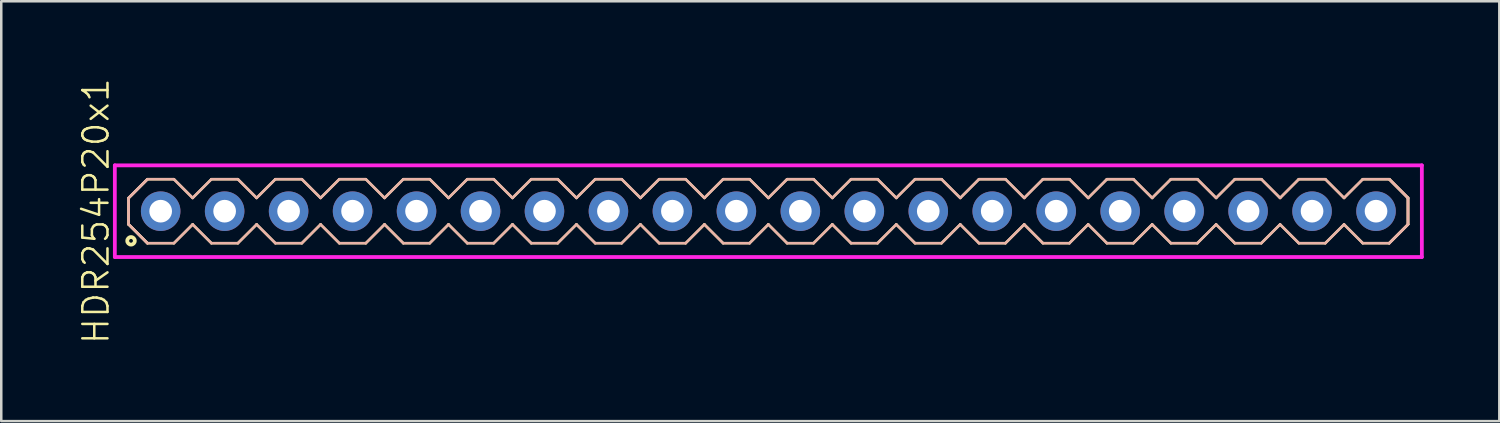
<source format=kicad_pcb>
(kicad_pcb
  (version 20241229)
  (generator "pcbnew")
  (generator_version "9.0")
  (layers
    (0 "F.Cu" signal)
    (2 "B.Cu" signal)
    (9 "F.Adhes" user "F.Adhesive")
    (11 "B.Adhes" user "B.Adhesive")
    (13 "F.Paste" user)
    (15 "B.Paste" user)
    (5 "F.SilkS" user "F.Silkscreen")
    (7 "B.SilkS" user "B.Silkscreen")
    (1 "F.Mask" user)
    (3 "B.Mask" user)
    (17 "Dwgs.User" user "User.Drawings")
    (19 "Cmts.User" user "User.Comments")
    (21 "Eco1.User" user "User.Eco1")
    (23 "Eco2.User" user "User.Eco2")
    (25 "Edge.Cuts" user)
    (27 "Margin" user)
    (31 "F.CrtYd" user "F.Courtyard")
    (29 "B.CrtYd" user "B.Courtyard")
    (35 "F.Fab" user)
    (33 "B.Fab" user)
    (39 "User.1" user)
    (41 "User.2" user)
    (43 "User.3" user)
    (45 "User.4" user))
  (footprint "HDR254P20x1"
    (layer "F.Cu")
    (at 27.46 5.336)
    (property "Reference" "HDR254P20x1" (at -26.7 0 90) (layer "F.SilkS") (effects (font (size 1 1) (thickness 0.1))))
    (attr through_hole)
    (fp_line (start -25.4 -0.526) (end -24.656 -1.27) (stroke (width 0.1) (type solid)) (layer "F.SilkS"))
    (fp_line (start -25.4 -0.526) (end -24.656 -1.27) (stroke (width 0.1) (type solid)) (layer "F.SilkS"))
    (fp_line (start -25.4 0.526) (end -25.4 -0.526) (stroke (width 0.1) (type solid)) (layer "F.SilkS"))
    (fp_line (start -25.4 0.526) (end -25.4 -0.526) (stroke (width 0.1) (type solid)) (layer "F.SilkS"))
    (fp_line (start -24.656 -1.27) (end -23.604 -1.27) (stroke (width 0.1) (type solid)) (layer "F.SilkS"))
    (fp_line (start -24.656 1.27) (end -25.4 0.526) (stroke (width 0.1) (type solid)) (layer "F.SilkS"))
    (fp_line (start -24.656 1.27) (end -25.4 0.526) (stroke (width 0.1) (type solid)) (layer "F.SilkS"))
    (fp_line (start -23.604 -1.27) (end -22.86 -0.526) (stroke (width 0.1) (type solid)) (layer "F.SilkS"))
    (fp_line (start -23.604 1.27) (end -24.656 1.27) (stroke (width 0.1) (type solid)) (layer "F.SilkS"))
    (fp_line (start -22.86 -0.526) (end -22.116 -1.27) (stroke (width 0.1) (type solid)) (layer "F.SilkS"))
    (fp_line (start -22.86 0.526) (end -23.604 1.27) (stroke (width 0.1) (type solid)) (layer "F.SilkS"))
    (fp_line (start -22.116 -1.27) (end -21.064 -1.27) (stroke (width 0.1) (type solid)) (layer "F.SilkS"))
    (fp_line (start -22.116 1.27) (end -22.86 0.526) (stroke (width 0.1) (type solid)) (layer "F.SilkS"))
    (fp_line (start -21.064 -1.27) (end -20.32 -0.526) (stroke (width 0.1) (type solid)) (layer "F.SilkS"))
    (fp_line (start -21.064 1.27) (end -22.116 1.27) (stroke (width 0.1) (type solid)) (layer "F.SilkS"))
    (fp_line (start -20.32 -0.526) (end -19.576 -1.27) (stroke (width 0.1) (type solid)) (layer "F.SilkS"))
    (fp_line (start -20.32 0.526) (end -21.064 1.27) (stroke (width 0.1) (type solid)) (layer "F.SilkS"))
    (fp_line (start -19.576 -1.27) (end -18.524 -1.27) (stroke (width 0.1) (type solid)) (layer "F.SilkS"))
    (fp_line (start -19.576 1.27) (end -20.32 0.526) (stroke (width 0.1) (type solid)) (layer "F.SilkS"))
    (fp_line (start -18.524 -1.27) (end -17.78 -0.526) (stroke (width 0.1) (type solid)) (layer "F.SilkS"))
    (fp_line (start -18.524 1.27) (end -19.576 1.27) (stroke (width 0.1) (type solid)) (layer "F.SilkS"))
    (fp_line (start -17.78 -0.526) (end -17.036 -1.27) (stroke (width 0.1) (type solid)) (layer "F.SilkS"))
    (fp_line (start -17.78 0.526) (end -18.524 1.27) (stroke (width 0.1) (type solid)) (layer "F.SilkS"))
    (fp_line (start -17.036 -1.27) (end -15.984 -1.27) (stroke (width 0.1) (type solid)) (layer "F.SilkS"))
    (fp_line (start -17.036 1.27) (end -17.78 0.526) (stroke (width 0.1) (type solid)) (layer "F.SilkS"))
    (fp_line (start -15.984 -1.27) (end -15.24 -0.526) (stroke (width 0.1) (type solid)) (layer "F.SilkS"))
    (fp_line (start -15.984 1.27) (end -17.036 1.27) (stroke (width 0.1) (type solid)) (layer "F.SilkS"))
    (fp_line (start -15.24 -0.526) (end -14.496 -1.27) (stroke (width 0.1) (type solid)) (layer "F.SilkS"))
    (fp_line (start -15.24 0.526) (end -15.984 1.27) (stroke (width 0.1) (type solid)) (layer "F.SilkS"))
    (fp_line (start -14.496 -1.27) (end -13.444 -1.27) (stroke (width 0.1) (type solid)) (layer "F.SilkS"))
    (fp_line (start -14.496 1.27) (end -15.24 0.526) (stroke (width 0.1) (type solid)) (layer "F.SilkS"))
    (fp_line (start -13.444 -1.27) (end -12.7 -0.526) (stroke (width 0.1) (type solid)) (layer "F.SilkS"))
    (fp_line (start -13.444 1.27) (end -14.496 1.27) (stroke (width 0.1) (type solid)) (layer "F.SilkS"))
    (fp_line (start -12.7 -0.526) (end -11.956 -1.27) (stroke (width 0.1) (type solid)) (layer "F.SilkS"))
    (fp_line (start -12.7 0.526) (end -13.444 1.27) (stroke (width 0.1) (type solid)) (layer "F.SilkS"))
    (fp_line (start -11.956 -1.27) (end -10.904 -1.27) (stroke (width 0.1) (type solid)) (layer "F.SilkS"))
    (fp_line (start -11.956 1.27) (end -12.7 0.526) (stroke (width 0.1) (type solid)) (layer "F.SilkS"))
    (fp_line (start -10.904 -1.27) (end -10.16 -0.526) (stroke (width 0.1) (type solid)) (layer "F.SilkS"))
    (fp_line (start -10.904 1.27) (end -11.956 1.27) (stroke (width 0.1) (type solid)) (layer "F.SilkS"))
    (fp_line (start -10.16 -0.526) (end -9.416 -1.27) (stroke (width 0.1) (type solid)) (layer "F.SilkS"))
    (fp_line (start -10.16 0.526) (end -10.904 1.27) (stroke (width 0.1) (type solid)) (layer "F.SilkS"))
    (fp_line (start -9.416 -1.27) (end -8.364 -1.27) (stroke (width 0.1) (type solid)) (layer "F.SilkS"))
    (fp_line (start -9.416 1.27) (end -10.16 0.526) (stroke (width 0.1) (type solid)) (layer "F.SilkS"))
    (fp_line (start -8.364 -1.27) (end -7.62 -0.526) (stroke (width 0.1) (type solid)) (layer "F.SilkS"))
    (fp_line (start -8.364 1.27) (end -9.416 1.27) (stroke (width 0.1) (type solid)) (layer "F.SilkS"))
    (fp_line (start -7.62 -0.526) (end -6.876 -1.27) (stroke (width 0.1) (type solid)) (layer "F.SilkS"))
    (fp_line (start -7.62 0.526) (end -8.364 1.27) (stroke (width 0.1) (type solid)) (layer "F.SilkS"))
    (fp_line (start -6.876 -1.27) (end -5.824 -1.27) (stroke (width 0.1) (type solid)) (layer "F.SilkS"))
    (fp_line (start -6.876 1.27) (end -7.62 0.526) (stroke (width 0.1) (type solid)) (layer "F.SilkS"))
    (fp_line (start -5.824 -1.27) (end -5.08 -0.526) (stroke (width 0.1) (type solid)) (layer "F.SilkS"))
    (fp_line (start -5.824 1.27) (end -6.876 1.27) (stroke (width 0.1) (type solid)) (layer "F.SilkS"))
    (fp_line (start -5.08 -0.526) (end -4.336 -1.27) (stroke (width 0.1) (type solid)) (layer "F.SilkS"))
    (fp_line (start -5.08 0.526) (end -5.824 1.27) (stroke (width 0.1) (type solid)) (layer "F.SilkS"))
    (fp_line (start -4.336 -1.27) (end -3.284 -1.27) (stroke (width 0.1) (type solid)) (layer "F.SilkS"))
    (fp_line (start -4.336 1.27) (end -5.08 0.526) (stroke (width 0.1) (type solid)) (layer "F.SilkS"))
    (fp_line (start -3.284 -1.27) (end -2.54 -0.526) (stroke (width 0.1) (type solid)) (layer "F.SilkS"))
    (fp_line (start -3.284 1.27) (end -4.336 1.27) (stroke (width 0.1) (type solid)) (layer "F.SilkS"))
    (fp_line (start -2.54 -0.526) (end -1.796 -1.27) (stroke (width 0.1) (type solid)) (layer "F.SilkS"))
    (fp_line (start -2.54 0.526) (end -3.284 1.27) (stroke (width 0.1) (type solid)) (layer "F.SilkS"))
    (fp_line (start -1.796 -1.27) (end -0.744 -1.27) (stroke (width 0.1) (type solid)) (layer "F.SilkS"))
    (fp_line (start -1.796 1.27) (end -2.54 0.526) (stroke (width 0.1) (type solid)) (layer "F.SilkS"))
    (fp_line (start -0.744 -1.27) (end 0 -0.526) (stroke (width 0.1) (type solid)) (layer "F.SilkS"))
    (fp_line (start -0.744 1.27) (end -1.796 1.27) (stroke (width 0.1) (type solid)) (layer "F.SilkS"))
    (fp_line (start 0 -0.526) (end 0.744 -1.27) (stroke (width 0.1) (type solid)) (layer "F.SilkS"))
    (fp_line (start 0 0.526) (end -0.744 1.27) (stroke (width 0.1) (type solid)) (layer "F.SilkS"))
    (fp_line (start 0.744 -1.27) (end 1.796 -1.27) (stroke (width 0.1) (type solid)) (layer "F.SilkS"))
    (fp_line (start 0.744 1.27) (end 0 0.526) (stroke (width 0.1) (type solid)) (layer "F.SilkS"))
    (fp_line (start 1.796 -1.27) (end 2.54 -0.526) (stroke (width 0.1) (type solid)) (layer "F.SilkS"))
    (fp_line (start 1.796 1.27) (end 0.744 1.27) (stroke (width 0.1) (type solid)) (layer "F.SilkS"))
    (fp_line (start 2.54 -0.526) (end 3.284 -1.27) (stroke (width 0.1) (type solid)) (layer "F.SilkS"))
    (fp_line (start 2.54 0.526) (end 1.796 1.27) (stroke (width 0.1) (type solid)) (layer "F.SilkS"))
    (fp_line (start 3.284 -1.27) (end 4.336 -1.27) (stroke (width 0.1) (type solid)) (layer "F.SilkS"))
    (fp_line (start 3.284 1.27) (end 2.54 0.526) (stroke (width 0.1) (type solid)) (layer "F.SilkS"))
    (fp_line (start 4.336 -1.27) (end 5.08 -0.526) (stroke (width 0.1) (type solid)) (layer "F.SilkS"))
    (fp_line (start 4.336 1.27) (end 3.284 1.27) (stroke (width 0.1) (type solid)) (layer "F.SilkS"))
    (fp_line (start 5.08 -0.526) (end 5.824 -1.27) (stroke (width 0.1) (type solid)) (layer "F.SilkS"))
    (fp_line (start 5.08 0.526) (end 4.336 1.27) (stroke (width 0.1) (type solid)) (layer "F.SilkS"))
    (fp_line (start 5.824 -1.27) (end 6.876 -1.27) (stroke (width 0.1) (type solid)) (layer "F.SilkS"))
    (fp_line (start 5.824 1.27) (end 5.08 0.526) (stroke (width 0.1) (type solid)) (layer "F.SilkS"))
    (fp_line (start 6.876 -1.27) (end 7.62 -0.526) (stroke (width 0.1) (type solid)) (layer "F.SilkS"))
    (fp_line (start 6.876 1.27) (end 5.824 1.27) (stroke (width 0.1) (type solid)) (layer "F.SilkS"))
    (fp_line (start 7.62 -0.526) (end 8.364 -1.27) (stroke (width 0.1) (type solid)) (layer "F.SilkS"))
    (fp_line (start 7.62 0.526) (end 6.876 1.27) (stroke (width 0.1) (type solid)) (layer "F.SilkS"))
    (fp_line (start 8.364 -1.27) (end 9.416 -1.27) (stroke (width 0.1) (type solid)) (layer "F.SilkS"))
    (fp_line (start 8.364 1.27) (end 7.62 0.526) (stroke (width 0.1) (type solid)) (layer "F.SilkS"))
    (fp_line (start 9.416 -1.27) (end 10.16 -0.526) (stroke (width 0.1) (type solid)) (layer "F.SilkS"))
    (fp_line (start 9.416 1.27) (end 8.364 1.27) (stroke (width 0.1) (type solid)) (layer "F.SilkS"))
    (fp_line (start 10.16 -0.526) (end 10.904 -1.27) (stroke (width 0.1) (type solid)) (layer "F.SilkS"))
    (fp_line (start 10.16 0.526) (end 9.416 1.27) (stroke (width 0.1) (type solid)) (layer "F.SilkS"))
    (fp_line (start 10.904 -1.27) (end 11.956 -1.27) (stroke (width 0.1) (type solid)) (layer "F.SilkS"))
    (fp_line (start 10.904 1.27) (end 10.16 0.526) (stroke (width 0.1) (type solid)) (layer "F.SilkS"))
    (fp_line (start 11.956 -1.27) (end 12.7 -0.526) (stroke (width 0.1) (type solid)) (layer "F.SilkS"))
    (fp_line (start 11.956 1.27) (end 10.904 1.27) (stroke (width 0.1) (type solid)) (layer "F.SilkS"))
    (fp_line (start 12.7 -0.526) (end 13.444 -1.27) (stroke (width 0.1) (type solid)) (layer "F.SilkS"))
    (fp_line (start 12.7 0.526) (end 11.956 1.27) (stroke (width 0.1) (type solid)) (layer "F.SilkS"))
    (fp_line (start 13.444 -1.27) (end 14.496 -1.27) (stroke (width 0.1) (type solid)) (layer "F.SilkS"))
    (fp_line (start 13.444 1.27) (end 12.7 0.526) (stroke (width 0.1) (type solid)) (layer "F.SilkS"))
    (fp_line (start 14.496 -1.27) (end 15.24 -0.526) (stroke (width 0.1) (type solid)) (layer "F.SilkS"))
    (fp_line (start 14.496 1.27) (end 13.444 1.27) (stroke (width 0.1) (type solid)) (layer "F.SilkS"))
    (fp_line (start 15.24 -0.526) (end 15.984 -1.27) (stroke (width 0.1) (type solid)) (layer "F.SilkS"))
    (fp_line (start 15.24 0.526) (end 14.496 1.27) (stroke (width 0.1) (type solid)) (layer "F.SilkS"))
    (fp_line (start 15.984 -1.27) (end 17.036 -1.27) (stroke (width 0.1) (type solid)) (layer "F.SilkS"))
    (fp_line (start 15.984 1.27) (end 15.24 0.526) (stroke (width 0.1) (type solid)) (layer "F.SilkS"))
    (fp_line (start 17.036 -1.27) (end 17.78 -0.526) (stroke (width 0.1) (type solid)) (layer "F.SilkS"))
    (fp_line (start 17.036 1.27) (end 15.984 1.27) (stroke (width 0.1) (type solid)) (layer "F.SilkS"))
    (fp_line (start 17.78 -0.526) (end 18.524 -1.27) (stroke (width 0.1) (type solid)) (layer "F.SilkS"))
    (fp_line (start 17.78 0.526) (end 17.036 1.27) (stroke (width 0.1) (type solid)) (layer "F.SilkS"))
    (fp_line (start 18.524 -1.27) (end 19.576 -1.27) (stroke (width 0.1) (type solid)) (layer "F.SilkS"))
    (fp_line (start 18.524 1.27) (end 17.78 0.526) (stroke (width 0.1) (type solid)) (layer "F.SilkS"))
    (fp_line (start 19.576 -1.27) (end 20.32 -0.526) (stroke (width 0.1) (type solid)) (layer "F.SilkS"))
    (fp_line (start 19.576 1.27) (end 18.524 1.27) (stroke (width 0.1) (type solid)) (layer "F.SilkS"))
    (fp_line (start 20.32 -0.526) (end 21.064 -1.27) (stroke (width 0.1) (type solid)) (layer "F.SilkS"))
    (fp_line (start 20.32 0.526) (end 19.576 1.27) (stroke (width 0.1) (type solid)) (layer "F.SilkS"))
    (fp_line (start 21.064 -1.27) (end 22.116 -1.27) (stroke (width 0.1) (type solid)) (layer "F.SilkS"))
    (fp_line (start 21.064 1.27) (end 20.32 0.526) (stroke (width 0.1) (type solid)) (layer "F.SilkS"))
    (fp_line (start 22.116 -1.27) (end 22.86 -0.526) (stroke (width 0.1) (type solid)) (layer "F.SilkS"))
    (fp_line (start 22.116 1.27) (end 21.064 1.27) (stroke (width 0.1) (type solid)) (layer "F.SilkS"))
    (fp_line (start 22.86 -0.526) (end 23.604 -1.27) (stroke (width 0.1) (type solid)) (layer "F.SilkS"))
    (fp_line (start 22.86 0.526) (end 22.116 1.27) (stroke (width 0.1) (type solid)) (layer "F.SilkS"))
    (fp_line (start 23.604 -1.27) (end 24.656 -1.27) (stroke (width 0.1) (type solid)) (layer "F.SilkS"))
    (fp_line (start 23.604 1.27) (end 22.86 0.526) (stroke (width 0.1) (type solid)) (layer "F.SilkS"))
    (fp_line (start 24.656 -1.27) (end 25.4 -0.526) (stroke (width 0.1) (type solid)) (layer "F.SilkS"))
    (fp_line (start 24.656 -1.27) (end 25.4 -0.526) (stroke (width 0.1) (type solid)) (layer "F.SilkS"))
    (fp_line (start 24.656 1.27) (end 23.604 1.27) (stroke (width 0.1) (type solid)) (layer "F.SilkS"))
    (fp_line (start 25.4 -0.526) (end 25.4 0.526) (stroke (width 0.1) (type solid)) (layer "F.SilkS"))
    (fp_line (start 25.4 -0.526) (end 25.4 0.526) (stroke (width 0.1) (type solid)) (layer "F.SilkS"))
    (fp_line (start 25.4 0.526) (end 24.656 1.27) (stroke (width 0.1) (type solid)) (layer "F.SilkS"))
    (fp_line (start 25.4 0.526) (end 24.656 1.27) (stroke (width 0.1) (type solid)) (layer "F.SilkS"))
    (fp_circle (center -25.307 1.177) (end -25.157 1.177) (stroke (width 0.15) (type solid)) (fill no) (layer "F.SilkS"))
    (fp_line (start -25.4 -0.526) (end -24.656 -1.27) (stroke (width 0.1) (type solid)) (layer "B.SilkS"))
    (fp_line (start -25.4 -0.526) (end -24.656 -1.27) (stroke (width 0.1) (type solid)) (layer "B.SilkS"))
    (fp_line (start -25.4 0.526) (end -25.4 -0.526) (stroke (width 0.1) (type solid)) (layer "B.SilkS"))
    (fp_line (start -25.4 0.526) (end -25.4 -0.526) (stroke (width 0.1) (type solid)) (layer "B.SilkS"))
    (fp_line (start -24.656 -1.27) (end -23.604 -1.27) (stroke (width 0.1) (type solid)) (layer "B.SilkS"))
    (fp_line (start -24.656 1.27) (end -25.4 0.526) (stroke (width 0.1) (type solid)) (layer "B.SilkS"))
    (fp_line (start -24.656 1.27) (end -25.4 0.526) (stroke (width 0.1) (type solid)) (layer "B.SilkS"))
    (fp_line (start -23.604 -1.27) (end -22.86 -0.526) (stroke (width 0.1) (type solid)) (layer "B.SilkS"))
    (fp_line (start -23.604 1.27) (end -24.656 1.27) (stroke (width 0.1) (type solid)) (layer "B.SilkS"))
    (fp_line (start -22.86 -0.526) (end -22.116 -1.27) (stroke (width 0.1) (type solid)) (layer "B.SilkS"))
    (fp_line (start -22.86 0.526) (end -23.604 1.27) (stroke (width 0.1) (type solid)) (layer "B.SilkS"))
    (fp_line (start -22.116 -1.27) (end -21.064 -1.27) (stroke (width 0.1) (type solid)) (layer "B.SilkS"))
    (fp_line (start -22.116 1.27) (end -22.86 0.526) (stroke (width 0.1) (type solid)) (layer "B.SilkS"))
    (fp_line (start -21.064 -1.27) (end -20.32 -0.526) (stroke (width 0.1) (type solid)) (layer "B.SilkS"))
    (fp_line (start -21.064 1.27) (end -22.116 1.27) (stroke (width 0.1) (type solid)) (layer "B.SilkS"))
    (fp_line (start -20.32 -0.526) (end -19.576 -1.27) (stroke (width 0.1) (type solid)) (layer "B.SilkS"))
    (fp_line (start -20.32 0.526) (end -21.064 1.27) (stroke (width 0.1) (type solid)) (layer "B.SilkS"))
    (fp_line (start -19.576 -1.27) (end -18.524 -1.27) (stroke (width 0.1) (type solid)) (layer "B.SilkS"))
    (fp_line (start -19.576 1.27) (end -20.32 0.526) (stroke (width 0.1) (type solid)) (layer "B.SilkS"))
    (fp_line (start -18.524 -1.27) (end -17.78 -0.526) (stroke (width 0.1) (type solid)) (layer "B.SilkS"))
    (fp_line (start -18.524 1.27) (end -19.576 1.27) (stroke (width 0.1) (type solid)) (layer "B.SilkS"))
    (fp_line (start -17.78 -0.526) (end -17.036 -1.27) (stroke (width 0.1) (type solid)) (layer "B.SilkS"))
    (fp_line (start -17.78 0.526) (end -18.524 1.27) (stroke (width 0.1) (type solid)) (layer "B.SilkS"))
    (fp_line (start -17.036 -1.27) (end -15.984 -1.27) (stroke (width 0.1) (type solid)) (layer "B.SilkS"))
    (fp_line (start -17.036 1.27) (end -17.78 0.526) (stroke (width 0.1) (type solid)) (layer "B.SilkS"))
    (fp_line (start -15.984 -1.27) (end -15.24 -0.526) (stroke (width 0.1) (type solid)) (layer "B.SilkS"))
    (fp_line (start -15.984 1.27) (end -17.036 1.27) (stroke (width 0.1) (type solid)) (layer "B.SilkS"))
    (fp_line (start -15.24 -0.526) (end -14.496 -1.27) (stroke (width 0.1) (type solid)) (layer "B.SilkS"))
    (fp_line (start -15.24 0.526) (end -15.984 1.27) (stroke (width 0.1) (type solid)) (layer "B.SilkS"))
    (fp_line (start -14.496 -1.27) (end -13.444 -1.27) (stroke (width 0.1) (type solid)) (layer "B.SilkS"))
    (fp_line (start -14.496 1.27) (end -15.24 0.526) (stroke (width 0.1) (type solid)) (layer "B.SilkS"))
    (fp_line (start -13.444 -1.27) (end -12.7 -0.526) (stroke (width 0.1) (type solid)) (layer "B.SilkS"))
    (fp_line (start -13.444 1.27) (end -14.496 1.27) (stroke (width 0.1) (type solid)) (layer "B.SilkS"))
    (fp_line (start -12.7 -0.526) (end -11.956 -1.27) (stroke (width 0.1) (type solid)) (layer "B.SilkS"))
    (fp_line (start -12.7 0.526) (end -13.444 1.27) (stroke (width 0.1) (type solid)) (layer "B.SilkS"))
    (fp_line (start -11.956 -1.27) (end -10.904 -1.27) (stroke (width 0.1) (type solid)) (layer "B.SilkS"))
    (fp_line (start -11.956 1.27) (end -12.7 0.526) (stroke (width 0.1) (type solid)) (layer "B.SilkS"))
    (fp_line (start -10.904 -1.27) (end -10.16 -0.526) (stroke (width 0.1) (type solid)) (layer "B.SilkS"))
    (fp_line (start -10.904 1.27) (end -11.956 1.27) (stroke (width 0.1) (type solid)) (layer "B.SilkS"))
    (fp_line (start -10.16 -0.526) (end -9.416 -1.27) (stroke (width 0.1) (type solid)) (layer "B.SilkS"))
    (fp_line (start -10.16 0.526) (end -10.904 1.27) (stroke (width 0.1) (type solid)) (layer "B.SilkS"))
    (fp_line (start -9.416 -1.27) (end -8.364 -1.27) (stroke (width 0.1) (type solid)) (layer "B.SilkS"))
    (fp_line (start -9.416 1.27) (end -10.16 0.526) (stroke (width 0.1) (type solid)) (layer "B.SilkS"))
    (fp_line (start -8.364 -1.27) (end -7.62 -0.526) (stroke (width 0.1) (type solid)) (layer "B.SilkS"))
    (fp_line (start -8.364 1.27) (end -9.416 1.27) (stroke (width 0.1) (type solid)) (layer "B.SilkS"))
    (fp_line (start -7.62 -0.526) (end -6.876 -1.27) (stroke (width 0.1) (type solid)) (layer "B.SilkS"))
    (fp_line (start -7.62 0.526) (end -8.364 1.27) (stroke (width 0.1) (type solid)) (layer "B.SilkS"))
    (fp_line (start -6.876 -1.27) (end -5.824 -1.27) (stroke (width 0.1) (type solid)) (layer "B.SilkS"))
    (fp_line (start -6.876 1.27) (end -7.62 0.526) (stroke (width 0.1) (type solid)) (layer "B.SilkS"))
    (fp_line (start -5.824 -1.27) (end -5.08 -0.526) (stroke (width 0.1) (type solid)) (layer "B.SilkS"))
    (fp_line (start -5.824 1.27) (end -6.876 1.27) (stroke (width 0.1) (type solid)) (layer "B.SilkS"))
    (fp_line (start -5.08 -0.526) (end -4.336 -1.27) (stroke (width 0.1) (type solid)) (layer "B.SilkS"))
    (fp_line (start -5.08 0.526) (end -5.824 1.27) (stroke (width 0.1) (type solid)) (layer "B.SilkS"))
    (fp_line (start -4.336 -1.27) (end -3.284 -1.27) (stroke (width 0.1) (type solid)) (layer "B.SilkS"))
    (fp_line (start -4.336 1.27) (end -5.08 0.526) (stroke (width 0.1) (type solid)) (layer "B.SilkS"))
    (fp_line (start -3.284 -1.27) (end -2.54 -0.526) (stroke (width 0.1) (type solid)) (layer "B.SilkS"))
    (fp_line (start -3.284 1.27) (end -4.336 1.27) (stroke (width 0.1) (type solid)) (layer "B.SilkS"))
    (fp_line (start -2.54 -0.526) (end -1.796 -1.27) (stroke (width 0.1) (type solid)) (layer "B.SilkS"))
    (fp_line (start -2.54 0.526) (end -3.284 1.27) (stroke (width 0.1) (type solid)) (layer "B.SilkS"))
    (fp_line (start -1.796 -1.27) (end -0.744 -1.27) (stroke (width 0.1) (type solid)) (layer "B.SilkS"))
    (fp_line (start -1.796 1.27) (end -2.54 0.526) (stroke (width 0.1) (type solid)) (layer "B.SilkS"))
    (fp_line (start -0.744 -1.27) (end 0 -0.526) (stroke (width 0.1) (type solid)) (layer "B.SilkS"))
    (fp_line (start -0.744 1.27) (end -1.796 1.27) (stroke (width 0.1) (type solid)) (layer "B.SilkS"))
    (fp_line (start 0 -0.526) (end 0.744 -1.27) (stroke (width 0.1) (type solid)) (layer "B.SilkS"))
    (fp_line (start 0 0.526) (end -0.744 1.27) (stroke (width 0.1) (type solid)) (layer "B.SilkS"))
    (fp_line (start 0.744 -1.27) (end 1.796 -1.27) (stroke (width 0.1) (type solid)) (layer "B.SilkS"))
    (fp_line (start 0.744 1.27) (end 0 0.526) (stroke (width 0.1) (type solid)) (layer "B.SilkS"))
    (fp_line (start 1.796 -1.27) (end 2.54 -0.526) (stroke (width 0.1) (type solid)) (layer "B.SilkS"))
    (fp_line (start 1.796 1.27) (end 0.744 1.27) (stroke (width 0.1) (type solid)) (layer "B.SilkS"))
    (fp_line (start 2.54 -0.526) (end 3.284 -1.27) (stroke (width 0.1) (type solid)) (layer "B.SilkS"))
    (fp_line (start 2.54 0.526) (end 1.796 1.27) (stroke (width 0.1) (type solid)) (layer "B.SilkS"))
    (fp_line (start 3.284 -1.27) (end 4.336 -1.27) (stroke (width 0.1) (type solid)) (layer "B.SilkS"))
    (fp_line (start 3.284 1.27) (end 2.54 0.526) (stroke (width 0.1) (type solid)) (layer "B.SilkS"))
    (fp_line (start 4.336 -1.27) (end 5.08 -0.526) (stroke (width 0.1) (type solid)) (layer "B.SilkS"))
    (fp_line (start 4.336 1.27) (end 3.284 1.27) (stroke (width 0.1) (type solid)) (layer "B.SilkS"))
    (fp_line (start 5.08 -0.526) (end 5.824 -1.27) (stroke (width 0.1) (type solid)) (layer "B.SilkS"))
    (fp_line (start 5.08 0.526) (end 4.336 1.27) (stroke (width 0.1) (type solid)) (layer "B.SilkS"))
    (fp_line (start 5.824 -1.27) (end 6.876 -1.27) (stroke (width 0.1) (type solid)) (layer "B.SilkS"))
    (fp_line (start 5.824 1.27) (end 5.08 0.526) (stroke (width 0.1) (type solid)) (layer "B.SilkS"))
    (fp_line (start 6.876 -1.27) (end 7.62 -0.526) (stroke (width 0.1) (type solid)) (layer "B.SilkS"))
    (fp_line (start 6.876 1.27) (end 5.824 1.27) (stroke (width 0.1) (type solid)) (layer "B.SilkS"))
    (fp_line (start 7.62 -0.526) (end 8.364 -1.27) (stroke (width 0.1) (type solid)) (layer "B.SilkS"))
    (fp_line (start 7.62 0.526) (end 6.876 1.27) (stroke (width 0.1) (type solid)) (layer "B.SilkS"))
    (fp_line (start 8.364 -1.27) (end 9.416 -1.27) (stroke (width 0.1) (type solid)) (layer "B.SilkS"))
    (fp_line (start 8.364 1.27) (end 7.62 0.526) (stroke (width 0.1) (type solid)) (layer "B.SilkS"))
    (fp_line (start 9.416 -1.27) (end 10.16 -0.526) (stroke (width 0.1) (type solid)) (layer "B.SilkS"))
    (fp_line (start 9.416 1.27) (end 8.364 1.27) (stroke (width 0.1) (type solid)) (layer "B.SilkS"))
    (fp_line (start 10.16 -0.526) (end 10.904 -1.27) (stroke (width 0.1) (type solid)) (layer "B.SilkS"))
    (fp_line (start 10.16 0.526) (end 9.416 1.27) (stroke (width 0.1) (type solid)) (layer "B.SilkS"))
    (fp_line (start 10.904 -1.27) (end 11.956 -1.27) (stroke (width 0.1) (type solid)) (layer "B.SilkS"))
    (fp_line (start 10.904 1.27) (end 10.16 0.526) (stroke (width 0.1) (type solid)) (layer "B.SilkS"))
    (fp_line (start 11.956 -1.27) (end 12.7 -0.526) (stroke (width 0.1) (type solid)) (layer "B.SilkS"))
    (fp_line (start 11.956 1.27) (end 10.904 1.27) (stroke (width 0.1) (type solid)) (layer "B.SilkS"))
    (fp_line (start 12.7 -0.526) (end 13.444 -1.27) (stroke (width 0.1) (type solid)) (layer "B.SilkS"))
    (fp_line (start 12.7 0.526) (end 11.956 1.27) (stroke (width 0.1) (type solid)) (layer "B.SilkS"))
    (fp_line (start 13.444 -1.27) (end 14.496 -1.27) (stroke (width 0.1) (type solid)) (layer "B.SilkS"))
    (fp_line (start 13.444 1.27) (end 12.7 0.526) (stroke (width 0.1) (type solid)) (layer "B.SilkS"))
    (fp_line (start 14.496 -1.27) (end 15.24 -0.526) (stroke (width 0.1) (type solid)) (layer "B.SilkS"))
    (fp_line (start 14.496 1.27) (end 13.444 1.27) (stroke (width 0.1) (type solid)) (layer "B.SilkS"))
    (fp_line (start 15.24 -0.526) (end 15.984 -1.27) (stroke (width 0.1) (type solid)) (layer "B.SilkS"))
    (fp_line (start 15.24 0.526) (end 14.496 1.27) (stroke (width 0.1) (type solid)) (layer "B.SilkS"))
    (fp_line (start 15.984 -1.27) (end 17.036 -1.27) (stroke (width 0.1) (type solid)) (layer "B.SilkS"))
    (fp_line (start 15.984 1.27) (end 15.24 0.526) (stroke (width 0.1) (type solid)) (layer "B.SilkS"))
    (fp_line (start 17.036 -1.27) (end 17.78 -0.526) (stroke (width 0.1) (type solid)) (layer "B.SilkS"))
    (fp_line (start 17.036 1.27) (end 15.984 1.27) (stroke (width 0.1) (type solid)) (layer "B.SilkS"))
    (fp_line (start 17.78 -0.526) (end 18.524 -1.27) (stroke (width 0.1) (type solid)) (layer "B.SilkS"))
    (fp_line (start 17.78 0.526) (end 17.036 1.27) (stroke (width 0.1) (type solid)) (layer "B.SilkS"))
    (fp_line (start 18.524 -1.27) (end 19.576 -1.27) (stroke (width 0.1) (type solid)) (layer "B.SilkS"))
    (fp_line (start 18.524 1.27) (end 17.78 0.526) (stroke (width 0.1) (type solid)) (layer "B.SilkS"))
    (fp_line (start 19.576 -1.27) (end 20.32 -0.526) (stroke (width 0.1) (type solid)) (layer "B.SilkS"))
    (fp_line (start 19.576 1.27) (end 18.524 1.27) (stroke (width 0.1) (type solid)) (layer "B.SilkS"))
    (fp_line (start 20.32 -0.526) (end 21.064 -1.27) (stroke (width 0.1) (type solid)) (layer "B.SilkS"))
    (fp_line (start 20.32 0.526) (end 19.576 1.27) (stroke (width 0.1) (type solid)) (layer "B.SilkS"))
    (fp_line (start 21.064 -1.27) (end 22.116 -1.27) (stroke (width 0.1) (type solid)) (layer "B.SilkS"))
    (fp_line (start 21.064 1.27) (end 20.32 0.526) (stroke (width 0.1) (type solid)) (layer "B.SilkS"))
    (fp_line (start 22.116 -1.27) (end 22.86 -0.526) (stroke (width 0.1) (type solid)) (layer "B.SilkS"))
    (fp_line (start 22.116 1.27) (end 21.064 1.27) (stroke (width 0.1) (type solid)) (layer "B.SilkS"))
    (fp_line (start 22.86 -0.526) (end 23.604 -1.27) (stroke (width 0.1) (type solid)) (layer "B.SilkS"))
    (fp_line (start 22.86 0.526) (end 22.116 1.27) (stroke (width 0.1) (type solid)) (layer "B.SilkS"))
    (fp_line (start 23.604 -1.27) (end 24.656 -1.27) (stroke (width 0.1) (type solid)) (layer "B.SilkS"))
    (fp_line (start 23.604 1.27) (end 22.86 0.526) (stroke (width 0.1) (type solid)) (layer "B.SilkS"))
    (fp_line (start 24.656 -1.27) (end 25.4 -0.526) (stroke (width 0.1) (type solid)) (layer "B.SilkS"))
    (fp_line (start 24.656 -1.27) (end 25.4 -0.526) (stroke (width 0.1) (type solid)) (layer "B.SilkS"))
    (fp_line (start 24.656 1.27) (end 23.604 1.27) (stroke (width 0.1) (type solid)) (layer "B.SilkS"))
    (fp_line (start 25.4 -0.526) (end 25.4 0.526) (stroke (width 0.1) (type solid)) (layer "B.SilkS"))
    (fp_line (start 25.4 -0.526) (end 25.4 0.526) (stroke (width 0.1) (type solid)) (layer "B.SilkS"))
    (fp_line (start 25.4 0.526) (end 24.656 1.27) (stroke (width 0.1) (type solid)) (layer "B.SilkS"))
    (fp_line (start 25.4 0.526) (end 24.656 1.27) (stroke (width 0.1) (type solid)) (layer "B.SilkS"))
    (fp_line (start -25.95 -1.82) (end -25.95 1.82) (stroke (width 0.15) (type solid)) (layer "F.CrtYd"))
    (fp_line (start -25.95 1.82) (end 25.95 1.82) (stroke (width 0.15) (type solid)) (layer "F.CrtYd"))
    (fp_line (start 25.95 -1.82) (end -25.95 -1.82) (stroke (width 0.15) (type solid)) (layer "F.CrtYd"))
    (fp_line (start 25.95 1.82) (end 25.95 -1.82) (stroke (width 0.15) (type solid)) (layer "F.CrtYd"))
    (pad "1" thru_hole oval (at -24.13 0) (size 1.57 1.57) (drill 0.9) (layers "*.Cu"))
    (pad "2" thru_hole oval (at -21.59 0) (size 1.57 1.57) (drill 0.9) (layers "*.Cu"))
    (pad "3" thru_hole oval (at -19.05 0) (size 1.57 1.57) (drill 0.9) (layers "*.Cu"))
    (pad "4" thru_hole oval (at -16.51 0) (size 1.57 1.57) (drill 0.9) (layers "*.Cu"))
    (pad "5" thru_hole oval (at -13.97 0) (size 1.57 1.57) (drill 0.9) (layers "*.Cu"))
    (pad "6" thru_hole oval (at -11.43 0) (size 1.57 1.57) (drill 0.9) (layers "*.Cu"))
    (pad "7" thru_hole oval (at -8.89 0) (size 1.57 1.57) (drill 0.9) (layers "*.Cu"))
    (pad "8" thru_hole oval (at -6.35 0) (size 1.57 1.57) (drill 0.9) (layers "*.Cu"))
    (pad "9" thru_hole oval (at -3.81 0) (size 1.57 1.57) (drill 0.9) (layers "*.Cu"))
    (pad "10" thru_hole oval (at -1.27 0) (size 1.57 1.57) (drill 0.9) (layers "*.Cu"))
    (pad "11" thru_hole oval (at 1.27 0) (size 1.57 1.57) (drill 0.9) (layers "*.Cu"))
    (pad "12" thru_hole oval (at 3.81 0) (size 1.57 1.57) (drill 0.9) (layers "*.Cu"))
    (pad "13" thru_hole oval (at 6.35 0) (size 1.57 1.57) (drill 0.9) (layers "*.Cu"))
    (pad "14" thru_hole oval (at 8.89 0) (size 1.57 1.57) (drill 0.9) (layers "*.Cu"))
    (pad "15" thru_hole oval (at 11.43 0) (size 1.57 1.57) (drill 0.9) (layers "*.Cu"))
    (pad "16" thru_hole oval (at 13.97 0) (size 1.57 1.57) (drill 0.9) (layers "*.Cu"))
    (pad "17" thru_hole oval (at 16.51 0) (size 1.57 1.57) (drill 0.9) (layers "*.Cu"))
    (pad "18" thru_hole oval (at 19.05 0) (size 1.57 1.57) (drill 0.9) (layers "*.Cu"))
    (pad "19" thru_hole oval (at 21.59 0) (size 1.57 1.57) (drill 0.9) (layers "*.Cu"))
    (pad "20" thru_hole oval (at 24.13 0) (size 1.57 1.57) (drill 0.9) (layers "*.Cu")))
  (gr_rect
    (start -3 -3)
    (end 56.486 13.671)
    (stroke (width 0.1) (type default))
    (fill no)
    (layer "Edge.Cuts")))
</source>
